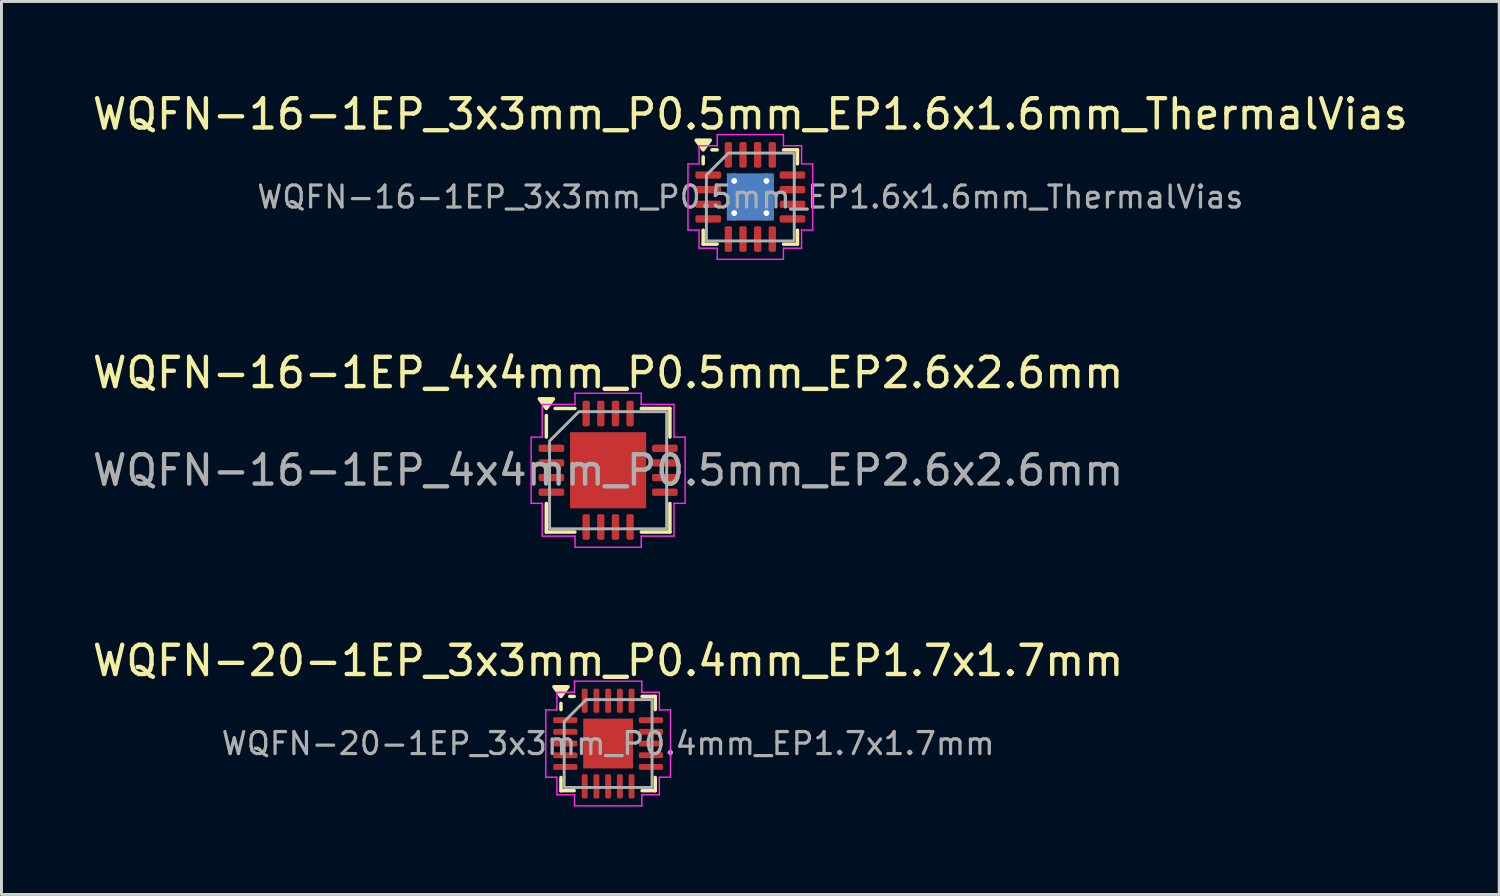
<source format=kicad_pcb>
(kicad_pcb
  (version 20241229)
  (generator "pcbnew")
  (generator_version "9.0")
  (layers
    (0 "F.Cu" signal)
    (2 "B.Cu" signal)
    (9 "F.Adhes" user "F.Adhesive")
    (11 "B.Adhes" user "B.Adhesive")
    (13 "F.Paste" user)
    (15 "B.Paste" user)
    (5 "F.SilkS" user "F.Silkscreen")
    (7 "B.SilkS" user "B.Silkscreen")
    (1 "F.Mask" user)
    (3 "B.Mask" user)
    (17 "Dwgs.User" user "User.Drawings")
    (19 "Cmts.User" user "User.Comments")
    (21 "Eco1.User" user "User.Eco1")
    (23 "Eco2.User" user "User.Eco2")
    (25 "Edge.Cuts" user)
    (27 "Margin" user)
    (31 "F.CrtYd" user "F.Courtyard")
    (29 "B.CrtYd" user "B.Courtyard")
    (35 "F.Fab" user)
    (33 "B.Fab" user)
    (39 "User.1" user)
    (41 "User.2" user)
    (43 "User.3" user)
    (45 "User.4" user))
  (footprint "WQFN-16-1EP_3x3mm_P0.5mm_EP1.6x1.6mm_ThermalVias"
    (layer "F.Cu")
    (at 22.577 3.678)
    (property "Reference" "WQFN-16-1EP_3x3mm_P0.5mm_EP1.6x1.6mm_ThermalVias" (at 0 -2.83 0) (layer "F.SilkS") (effects (font (size 1 1) (thickness 0.15))))
    (attr smd)
    (fp_line (start -1.61 -1.135) (end -1.61 -1.37) (stroke (width 0.12) (type solid)) (layer "F.SilkS"))
    (fp_line (start -1.61 1.61) (end -1.61 1.135) (stroke (width 0.12) (type solid)) (layer "F.SilkS"))
    (fp_line (start -1.135 -1.61) (end -1.31 -1.61) (stroke (width 0.12) (type solid)) (layer "F.SilkS"))
    (fp_line (start -1.135 1.61) (end -1.61 1.61) (stroke (width 0.12) (type solid)) (layer "F.SilkS"))
    (fp_line (start 1.135 -1.61) (end 1.61 -1.61) (stroke (width 0.12) (type solid)) (layer "F.SilkS"))
    (fp_line (start 1.135 1.61) (end 1.61 1.61) (stroke (width 0.12) (type solid)) (layer "F.SilkS"))
    (fp_line (start 1.61 -1.61) (end 1.61 -1.135) (stroke (width 0.12) (type solid)) (layer "F.SilkS"))
    (fp_line (start 1.61 1.61) (end 1.61 1.135) (stroke (width 0.12) (type solid)) (layer "F.SilkS"))
    (fp_poly (pts (xy -1.61 -1.61) (xy -1.85 -1.94) (xy -1.37 -1.94)) (stroke (width 0.12) (type solid)) (fill yes) (layer "F.SilkS"))
    (fp_line (start -2.13 -1.13) (end -1.75 -1.13) (stroke (width 0.05) (type solid)) (layer "F.CrtYd"))
    (fp_line (start -2.13 1.13) (end -2.13 -1.13) (stroke (width 0.05) (type solid)) (layer "F.CrtYd"))
    (fp_line (start -1.75 -1.75) (end -1.13 -1.75) (stroke (width 0.05) (type solid)) (layer "F.CrtYd"))
    (fp_line (start -1.75 -1.13) (end -1.75 -1.75) (stroke (width 0.05) (type solid)) (layer "F.CrtYd"))
    (fp_line (start -1.75 1.13) (end -2.13 1.13) (stroke (width 0.05) (type solid)) (layer "F.CrtYd"))
    (fp_line (start -1.75 1.75) (end -1.75 1.13) (stroke (width 0.05) (type solid)) (layer "F.CrtYd"))
    (fp_line (start -1.13 -2.13) (end 1.13 -2.13) (stroke (width 0.05) (type solid)) (layer "F.CrtYd"))
    (fp_line (start -1.13 -1.75) (end -1.13 -2.13) (stroke (width 0.05) (type solid)) (layer "F.CrtYd"))
    (fp_line (start -1.13 1.75) (end -1.75 1.75) (stroke (width 0.05) (type solid)) (layer "F.CrtYd"))
    (fp_line (start -1.13 2.13) (end -1.13 1.75) (stroke (width 0.05) (type solid)) (layer "F.CrtYd"))
    (fp_line (start 1.13 -2.13) (end 1.13 -1.75) (stroke (width 0.05) (type solid)) (layer "F.CrtYd"))
    (fp_line (start 1.13 -1.75) (end 1.75 -1.75) (stroke (width 0.05) (type solid)) (layer "F.CrtYd"))
    (fp_line (start 1.13 1.75) (end 1.13 2.13) (stroke (width 0.05) (type solid)) (layer "F.CrtYd"))
    (fp_line (start 1.13 2.13) (end -1.13 2.13) (stroke (width 0.05) (type solid)) (layer "F.CrtYd"))
    (fp_line (start 1.75 -1.75) (end 1.75 -1.13) (stroke (width 0.05) (type solid)) (layer "F.CrtYd"))
    (fp_line (start 1.75 -1.13) (end 2.13 -1.13) (stroke (width 0.05) (type solid)) (layer "F.CrtYd"))
    (fp_line (start 1.75 1.13) (end 1.75 1.75) (stroke (width 0.05) (type solid)) (layer "F.CrtYd"))
    (fp_line (start 1.75 1.75) (end 1.13 1.75) (stroke (width 0.05) (type solid)) (layer "F.CrtYd"))
    (fp_line (start 2.13 -1.13) (end 2.13 1.13) (stroke (width 0.05) (type solid)) (layer "F.CrtYd"))
    (fp_line (start 2.13 1.13) (end 1.75 1.13) (stroke (width 0.05) (type solid)) (layer "F.CrtYd"))
    (fp_poly (pts (xy -1.5 -0.75) (xy -1.5 1.5) (xy 1.5 1.5) (xy 1.5 -1.5) (xy -0.75 -1.5)) (stroke (width 0.1) (type solid)) (fill no) (layer "F.Fab"))
    (fp_text user "${REFERENCE}" (at 0 0 0) (layer "F.Fab") (effects (font (size 0.75 0.75) (thickness 0.11))))
    (pad "" smd roundrect (at -0.4 -0.4) (size 0.69 0.69) (layers "F.Paste") (roundrect_rratio 0.25))
    (pad "" smd roundrect (at -0.4 0.4) (size 0.69 0.69) (layers "F.Paste") (roundrect_rratio 0.25))
    (pad "" smd roundrect (at 0.4 -0.4) (size 0.69 0.69) (layers "F.Paste") (roundrect_rratio 0.25))
    (pad "" smd roundrect (at 0.4 0.4) (size 0.69 0.69) (layers "F.Paste") (roundrect_rratio 0.25))
    (pad "1" smd roundrect (at -1.438 -0.75) (size 0.875 0.25) (layers "F.Cu" "F.Mask" "F.Paste") (roundrect_rratio 0.25))
    (pad "2" smd roundrect (at -1.438 -0.25) (size 0.875 0.25) (layers "F.Cu" "F.Mask" "F.Paste") (roundrect_rratio 0.25))
    (pad "3" smd roundrect (at -1.438 0.25) (size 0.875 0.25) (layers "F.Cu" "F.Mask" "F.Paste") (roundrect_rratio 0.25))
    (pad "4" smd roundrect (at -1.438 0.75) (size 0.875 0.25) (layers "F.Cu" "F.Mask" "F.Paste") (roundrect_rratio 0.25))
    (pad "5" smd roundrect (at -0.75 1.438) (size 0.25 0.875) (layers "F.Cu" "F.Mask" "F.Paste") (roundrect_rratio 0.25))
    (pad "6" smd roundrect (at -0.25 1.438) (size 0.25 0.875) (layers "F.Cu" "F.Mask" "F.Paste") (roundrect_rratio 0.25))
    (pad "7" smd roundrect (at 0.25 1.438) (size 0.25 0.875) (layers "F.Cu" "F.Mask" "F.Paste") (roundrect_rratio 0.25))
    (pad "8" smd roundrect (at 0.75 1.438) (size 0.25 0.875) (layers "F.Cu" "F.Mask" "F.Paste") (roundrect_rratio 0.25))
    (pad "9" smd roundrect (at 1.438 0.75) (size 0.875 0.25) (layers "F.Cu" "F.Mask" "F.Paste") (roundrect_rratio 0.25))
    (pad "10" smd roundrect (at 1.438 0.25) (size 0.875 0.25) (layers "F.Cu" "F.Mask" "F.Paste") (roundrect_rratio 0.25))
    (pad "11" smd roundrect (at 1.438 -0.25) (size 0.875 0.25) (layers "F.Cu" "F.Mask" "F.Paste") (roundrect_rratio 0.25))
    (pad "12" smd roundrect (at 1.438 -0.75) (size 0.875 0.25) (layers "F.Cu" "F.Mask" "F.Paste") (roundrect_rratio 0.25))
    (pad "13" smd roundrect (at 0.75 -1.438) (size 0.25 0.875) (layers "F.Cu" "F.Mask" "F.Paste") (roundrect_rratio 0.25))
    (pad "14" smd roundrect (at 0.25 -1.438) (size 0.25 0.875) (layers "F.Cu" "F.Mask" "F.Paste") (roundrect_rratio 0.25))
    (pad "15" smd roundrect (at -0.25 -1.438) (size 0.25 0.875) (layers "F.Cu" "F.Mask" "F.Paste") (roundrect_rratio 0.25))
    (pad "16" smd roundrect (at -0.75 -1.438) (size 0.25 0.875) (layers "F.Cu" "F.Mask" "F.Paste") (roundrect_rratio 0.25))
    (pad "17" thru_hole circle (at -0.55 -0.55) (size 0.5 0.5) (drill 0.2) (property pad_prop_heatsink) (layers "*.Cu"))
    (pad "17" thru_hole circle (at -0.55 0.55) (size 0.5 0.5) (drill 0.2) (property pad_prop_heatsink) (layers "*.Cu"))
    (pad "17" smd rect (at 0 0) (size 1.6 1.6) (property pad_prop_heatsink) (layers "F.Cu" "F.Mask"))
    (pad "17" smd rect (at 0 0) (size 1.6 1.6) (property pad_prop_heatsink) (layers "B.Cu"))
    (pad "17" thru_hole circle (at 0.55 -0.55) (size 0.5 0.5) (drill 0.2) (property pad_prop_heatsink) (layers "*.Cu"))
    (pad "17" thru_hole circle (at 0.55 0.55) (size 0.5 0.5) (drill 0.2) (property pad_prop_heatsink) (layers "*.Cu")))
  (footprint "WQFN-16-1EP_4x4mm_P0.5mm_EP2.6x2.6mm"
    (layer "F.Cu")
    (at 17.72 13.011)
    (property "Reference" "WQFN-16-1EP_4x4mm_P0.5mm_EP2.6x2.6mm" (at 0 -3.33 0) (layer "F.SilkS") (effects (font (size 1 1) (thickness 0.15))))
    (attr smd)
    (fp_line (start -2.11 -1.135) (end -2.11 -1.87) (stroke (width 0.12) (type solid)) (layer "F.SilkS"))
    (fp_line (start -2.11 2.11) (end -2.11 1.135) (stroke (width 0.12) (type solid)) (layer "F.SilkS"))
    (fp_line (start -1.135 -2.11) (end -1.81 -2.11) (stroke (width 0.12) (type solid)) (layer "F.SilkS"))
    (fp_line (start -1.135 2.11) (end -2.11 2.11) (stroke (width 0.12) (type solid)) (layer "F.SilkS"))
    (fp_line (start 1.135 -2.11) (end 2.11 -2.11) (stroke (width 0.12) (type solid)) (layer "F.SilkS"))
    (fp_line (start 1.135 2.11) (end 2.11 2.11) (stroke (width 0.12) (type solid)) (layer "F.SilkS"))
    (fp_line (start 2.11 -2.11) (end 2.11 -1.135) (stroke (width 0.12) (type solid)) (layer "F.SilkS"))
    (fp_line (start 2.11 2.11) (end 2.11 1.135) (stroke (width 0.12) (type solid)) (layer "F.SilkS"))
    (fp_poly (pts (xy -2.11 -2.11) (xy -2.35 -2.44) (xy -1.87 -2.44)) (stroke (width 0.12) (type solid)) (fill yes) (layer "F.SilkS"))
    (fp_line (start -2.63 -1.13) (end -2.25 -1.13) (stroke (width 0.05) (type solid)) (layer "F.CrtYd"))
    (fp_line (start -2.63 1.13) (end -2.63 -1.13) (stroke (width 0.05) (type solid)) (layer "F.CrtYd"))
    (fp_line (start -2.25 -2.25) (end -1.13 -2.25) (stroke (width 0.05) (type solid)) (layer "F.CrtYd"))
    (fp_line (start -2.25 -1.13) (end -2.25 -2.25) (stroke (width 0.05) (type solid)) (layer "F.CrtYd"))
    (fp_line (start -2.25 1.13) (end -2.63 1.13) (stroke (width 0.05) (type solid)) (layer "F.CrtYd"))
    (fp_line (start -2.25 2.25) (end -2.25 1.13) (stroke (width 0.05) (type solid)) (layer "F.CrtYd"))
    (fp_line (start -1.13 -2.63) (end 1.13 -2.63) (stroke (width 0.05) (type solid)) (layer "F.CrtYd"))
    (fp_line (start -1.13 -2.25) (end -1.13 -2.63) (stroke (width 0.05) (type solid)) (layer "F.CrtYd"))
    (fp_line (start -1.13 2.25) (end -2.25 2.25) (stroke (width 0.05) (type solid)) (layer "F.CrtYd"))
    (fp_line (start -1.13 2.63) (end -1.13 2.25) (stroke (width 0.05) (type solid)) (layer "F.CrtYd"))
    (fp_line (start 1.13 -2.63) (end 1.13 -2.25) (stroke (width 0.05) (type solid)) (layer "F.CrtYd"))
    (fp_line (start 1.13 -2.25) (end 2.25 -2.25) (stroke (width 0.05) (type solid)) (layer "F.CrtYd"))
    (fp_line (start 1.13 2.25) (end 1.13 2.63) (stroke (width 0.05) (type solid)) (layer "F.CrtYd"))
    (fp_line (start 1.13 2.63) (end -1.13 2.63) (stroke (width 0.05) (type solid)) (layer "F.CrtYd"))
    (fp_line (start 2.25 -2.25) (end 2.25 -1.13) (stroke (width 0.05) (type solid)) (layer "F.CrtYd"))
    (fp_line (start 2.25 -1.13) (end 2.63 -1.13) (stroke (width 0.05) (type solid)) (layer "F.CrtYd"))
    (fp_line (start 2.25 1.13) (end 2.25 2.25) (stroke (width 0.05) (type solid)) (layer "F.CrtYd"))
    (fp_line (start 2.25 2.25) (end 1.13 2.25) (stroke (width 0.05) (type solid)) (layer "F.CrtYd"))
    (fp_line (start 2.63 -1.13) (end 2.63 1.13) (stroke (width 0.05) (type solid)) (layer "F.CrtYd"))
    (fp_line (start 2.63 1.13) (end 2.25 1.13) (stroke (width 0.05) (type solid)) (layer "F.CrtYd"))
    (fp_poly (pts (xy -2 -1) (xy -2 2) (xy 2 2) (xy 2 -2) (xy -1 -2)) (stroke (width 0.1) (type solid)) (fill no) (layer "F.Fab"))
    (fp_text user "${REFERENCE}" (at 0 0 0) (layer "F.Fab") (effects (font (size 1 1) (thickness 0.15))))
    (pad "" smd roundrect (at -0.65 -0.65) (size 1.05 1.05) (layers "F.Paste") (roundrect_rratio 0.238))
    (pad "" smd roundrect (at -0.65 0.65) (size 1.05 1.05) (layers "F.Paste") (roundrect_rratio 0.238))
    (pad "" smd roundrect (at 0.65 -0.65) (size 1.05 1.05) (layers "F.Paste") (roundrect_rratio 0.238))
    (pad "" smd roundrect (at 0.65 0.65) (size 1.05 1.05) (layers "F.Paste") (roundrect_rratio 0.238))
    (pad "1" smd roundrect (at -1.938 -0.75) (size 0.875 0.25) (layers "F.Cu" "F.Mask" "F.Paste") (roundrect_rratio 0.25))
    (pad "2" smd roundrect (at -1.938 -0.25) (size 0.875 0.25) (layers "F.Cu" "F.Mask" "F.Paste") (roundrect_rratio 0.25))
    (pad "3" smd roundrect (at -1.938 0.25) (size 0.875 0.25) (layers "F.Cu" "F.Mask" "F.Paste") (roundrect_rratio 0.25))
    (pad "4" smd roundrect (at -1.938 0.75) (size 0.875 0.25) (layers "F.Cu" "F.Mask" "F.Paste") (roundrect_rratio 0.25))
    (pad "5" smd roundrect (at -0.75 1.938) (size 0.25 0.875) (layers "F.Cu" "F.Mask" "F.Paste") (roundrect_rratio 0.25))
    (pad "6" smd roundrect (at -0.25 1.938) (size 0.25 0.875) (layers "F.Cu" "F.Mask" "F.Paste") (roundrect_rratio 0.25))
    (pad "7" smd roundrect (at 0.25 1.938) (size 0.25 0.875) (layers "F.Cu" "F.Mask" "F.Paste") (roundrect_rratio 0.25))
    (pad "8" smd roundrect (at 0.75 1.938) (size 0.25 0.875) (layers "F.Cu" "F.Mask" "F.Paste") (roundrect_rratio 0.25))
    (pad "9" smd roundrect (at 1.938 0.75) (size 0.875 0.25) (layers "F.Cu" "F.Mask" "F.Paste") (roundrect_rratio 0.25))
    (pad "10" smd roundrect (at 1.938 0.25) (size 0.875 0.25) (layers "F.Cu" "F.Mask" "F.Paste") (roundrect_rratio 0.25))
    (pad "11" smd roundrect (at 1.938 -0.25) (size 0.875 0.25) (layers "F.Cu" "F.Mask" "F.Paste") (roundrect_rratio 0.25))
    (pad "12" smd roundrect (at 1.938 -0.75) (size 0.875 0.25) (layers "F.Cu" "F.Mask" "F.Paste") (roundrect_rratio 0.25))
    (pad "13" smd roundrect (at 0.75 -1.938) (size 0.25 0.875) (layers "F.Cu" "F.Mask" "F.Paste") (roundrect_rratio 0.25))
    (pad "14" smd roundrect (at 0.25 -1.938) (size 0.25 0.875) (layers "F.Cu" "F.Mask" "F.Paste") (roundrect_rratio 0.25))
    (pad "15" smd roundrect (at -0.25 -1.938) (size 0.25 0.875) (layers "F.Cu" "F.Mask" "F.Paste") (roundrect_rratio 0.25))
    (pad "16" smd roundrect (at -0.75 -1.938) (size 0.25 0.875) (layers "F.Cu" "F.Mask" "F.Paste") (roundrect_rratio 0.25))
    (pad "17" smd rect (at 0 0) (size 2.6 2.6) (property pad_prop_heatsink) (layers "F.Cu" "F.Mask")))
  (footprint "WQFN-20-1EP_3x3mm_P0.4mm_EP1.7x1.7mm"
    (layer "F.Cu")
    (at 17.72 22.345)
    (property "Reference" "WQFN-20-1EP_3x3mm_P0.4mm_EP1.7x1.7mm" (at 0 -2.83 0) (layer "F.SilkS") (effects (font (size 1 1) (thickness 0.15))))
    (attr smd)
    (fp_line (start -1.61 -1.16) (end -1.61 -1.37) (stroke (width 0.12) (type solid)) (layer "F.SilkS"))
    (fp_line (start -1.61 1.61) (end -1.61 1.16) (stroke (width 0.12) (type solid)) (layer "F.SilkS"))
    (fp_line (start -1.16 -1.61) (end -1.31 -1.61) (stroke (width 0.12) (type solid)) (layer "F.SilkS"))
    (fp_line (start -1.16 1.61) (end -1.61 1.61) (stroke (width 0.12) (type solid)) (layer "F.SilkS"))
    (fp_line (start 1.16 -1.61) (end 1.61 -1.61) (stroke (width 0.12) (type solid)) (layer "F.SilkS"))
    (fp_line (start 1.16 1.61) (end 1.61 1.61) (stroke (width 0.12) (type solid)) (layer "F.SilkS"))
    (fp_line (start 1.61 -1.61) (end 1.61 -1.16) (stroke (width 0.12) (type solid)) (layer "F.SilkS"))
    (fp_line (start 1.61 1.61) (end 1.61 1.16) (stroke (width 0.12) (type solid)) (layer "F.SilkS"))
    (fp_poly (pts (xy -1.61 -1.61) (xy -1.85 -1.94) (xy -1.37 -1.94)) (stroke (width 0.12) (type solid)) (fill yes) (layer "F.SilkS"))
    (fp_line (start -2.13 -1.15) (end -1.75 -1.15) (stroke (width 0.05) (type solid)) (layer "F.CrtYd"))
    (fp_line (start -2.13 1.15) (end -2.13 -1.15) (stroke (width 0.05) (type solid)) (layer "F.CrtYd"))
    (fp_line (start -1.75 -1.75) (end -1.15 -1.75) (stroke (width 0.05) (type solid)) (layer "F.CrtYd"))
    (fp_line (start -1.75 -1.15) (end -1.75 -1.75) (stroke (width 0.05) (type solid)) (layer "F.CrtYd"))
    (fp_line (start -1.75 1.15) (end -2.13 1.15) (stroke (width 0.05) (type solid)) (layer "F.CrtYd"))
    (fp_line (start -1.75 1.75) (end -1.75 1.15) (stroke (width 0.05) (type solid)) (layer "F.CrtYd"))
    (fp_line (start -1.15 -2.13) (end 1.15 -2.13) (stroke (width 0.05) (type solid)) (layer "F.CrtYd"))
    (fp_line (start -1.15 -1.75) (end -1.15 -2.13) (stroke (width 0.05) (type solid)) (layer "F.CrtYd"))
    (fp_line (start -1.15 1.75) (end -1.75 1.75) (stroke (width 0.05) (type solid)) (layer "F.CrtYd"))
    (fp_line (start -1.15 2.13) (end -1.15 1.75) (stroke (width 0.05) (type solid)) (layer "F.CrtYd"))
    (fp_line (start 1.15 -2.13) (end 1.15 -1.75) (stroke (width 0.05) (type solid)) (layer "F.CrtYd"))
    (fp_line (start 1.15 -1.75) (end 1.75 -1.75) (stroke (width 0.05) (type solid)) (layer "F.CrtYd"))
    (fp_line (start 1.15 1.75) (end 1.15 2.13) (stroke (width 0.05) (type solid)) (layer "F.CrtYd"))
    (fp_line (start 1.15 2.13) (end -1.15 2.13) (stroke (width 0.05) (type solid)) (layer "F.CrtYd"))
    (fp_line (start 1.75 -1.75) (end 1.75 -1.15) (stroke (width 0.05) (type solid)) (layer "F.CrtYd"))
    (fp_line (start 1.75 -1.15) (end 2.13 -1.15) (stroke (width 0.05) (type solid)) (layer "F.CrtYd"))
    (fp_line (start 1.75 1.15) (end 1.75 1.75) (stroke (width 0.05) (type solid)) (layer "F.CrtYd"))
    (fp_line (start 1.75 1.75) (end 1.15 1.75) (stroke (width 0.05) (type solid)) (layer "F.CrtYd"))
    (fp_line (start 2.13 -1.15) (end 2.13 1.15) (stroke (width 0.05) (type solid)) (layer "F.CrtYd"))
    (fp_line (start 2.13 1.15) (end 1.75 1.15) (stroke (width 0.05) (type solid)) (layer "F.CrtYd"))
    (fp_poly (pts (xy -1.5 -0.75) (xy -1.5 1.5) (xy 1.5 1.5) (xy 1.5 -1.5) (xy -0.75 -1.5)) (stroke (width 0.1) (type solid)) (fill no) (layer "F.Fab"))
    (fp_text user "${REFERENCE}" (at 0 0 0) (layer "F.Fab") (effects (font (size 0.75 0.75) (thickness 0.11))))
    (pad "" smd roundrect (at -0.425 -0.425) (size 0.69 0.69) (layers "F.Paste") (roundrect_rratio 0.25))
    (pad "" smd roundrect (at -0.425 0.425) (size 0.69 0.69) (layers "F.Paste") (roundrect_rratio 0.25))
    (pad "" smd roundrect (at 0.425 -0.425) (size 0.69 0.69) (layers "F.Paste") (roundrect_rratio 0.25))
    (pad "" smd roundrect (at 0.425 0.425) (size 0.69 0.69) (layers "F.Paste") (roundrect_rratio 0.25))
    (pad "1" smd roundrect (at -1.462 -0.8) (size 0.825 0.2) (layers "F.Cu" "F.Mask" "F.Paste") (roundrect_rratio 0.25))
    (pad "2" smd roundrect (at -1.462 -0.4) (size 0.825 0.2) (layers "F.Cu" "F.Mask" "F.Paste") (roundrect_rratio 0.25))
    (pad "3" smd roundrect (at -1.462 0) (size 0.825 0.2) (layers "F.Cu" "F.Mask" "F.Paste") (roundrect_rratio 0.25))
    (pad "4" smd roundrect (at -1.462 0.4) (size 0.825 0.2) (layers "F.Cu" "F.Mask" "F.Paste") (roundrect_rratio 0.25))
    (pad "5" smd roundrect (at -1.462 0.8) (size 0.825 0.2) (layers "F.Cu" "F.Mask" "F.Paste") (roundrect_rratio 0.25))
    (pad "6" smd roundrect (at -0.8 1.462) (size 0.2 0.825) (layers "F.Cu" "F.Mask" "F.Paste") (roundrect_rratio 0.25))
    (pad "7" smd roundrect (at -0.4 1.462) (size 0.2 0.825) (layers "F.Cu" "F.Mask" "F.Paste") (roundrect_rratio 0.25))
    (pad "8" smd roundrect (at 0 1.462) (size 0.2 0.825) (layers "F.Cu" "F.Mask" "F.Paste") (roundrect_rratio 0.25))
    (pad "9" smd roundrect (at 0.4 1.462) (size 0.2 0.825) (layers "F.Cu" "F.Mask" "F.Paste") (roundrect_rratio 0.25))
    (pad "10" smd roundrect (at 0.8 1.462) (size 0.2 0.825) (layers "F.Cu" "F.Mask" "F.Paste") (roundrect_rratio 0.25))
    (pad "11" smd roundrect (at 1.462 0.8) (size 0.825 0.2) (layers "F.Cu" "F.Mask" "F.Paste") (roundrect_rratio 0.25))
    (pad "12" smd roundrect (at 1.462 0.4) (size 0.825 0.2) (layers "F.Cu" "F.Mask" "F.Paste") (roundrect_rratio 0.25))
    (pad "13" smd roundrect (at 1.462 0) (size 0.825 0.2) (layers "F.Cu" "F.Mask" "F.Paste") (roundrect_rratio 0.25))
    (pad "14" smd roundrect (at 1.462 -0.4) (size 0.825 0.2) (layers "F.Cu" "F.Mask" "F.Paste") (roundrect_rratio 0.25))
    (pad "15" smd roundrect (at 1.462 -0.8) (size 0.825 0.2) (layers "F.Cu" "F.Mask" "F.Paste") (roundrect_rratio 0.25))
    (pad "16" smd roundrect (at 0.8 -1.462) (size 0.2 0.825) (layers "F.Cu" "F.Mask" "F.Paste") (roundrect_rratio 0.25))
    (pad "17" smd roundrect (at 0.4 -1.462) (size 0.2 0.825) (layers "F.Cu" "F.Mask" "F.Paste") (roundrect_rratio 0.25))
    (pad "18" smd roundrect (at 0 -1.462) (size 0.2 0.825) (layers "F.Cu" "F.Mask" "F.Paste") (roundrect_rratio 0.25))
    (pad "19" smd roundrect (at -0.4 -1.462) (size 0.2 0.825) (layers "F.Cu" "F.Mask" "F.Paste") (roundrect_rratio 0.25))
    (pad "20" smd roundrect (at -0.8 -1.462) (size 0.2 0.825) (layers "F.Cu" "F.Mask" "F.Paste") (roundrect_rratio 0.25))
    (pad "21" smd rect (at 0 0) (size 1.7 1.7) (property pad_prop_heatsink) (layers "F.Cu" "F.Mask")))
  (gr_rect
    (start -3 -3)
    (end 48.155 27.5)
    (stroke (width 0.1) (type default))
    (fill no)
    (layer "Edge.Cuts")))
</source>
